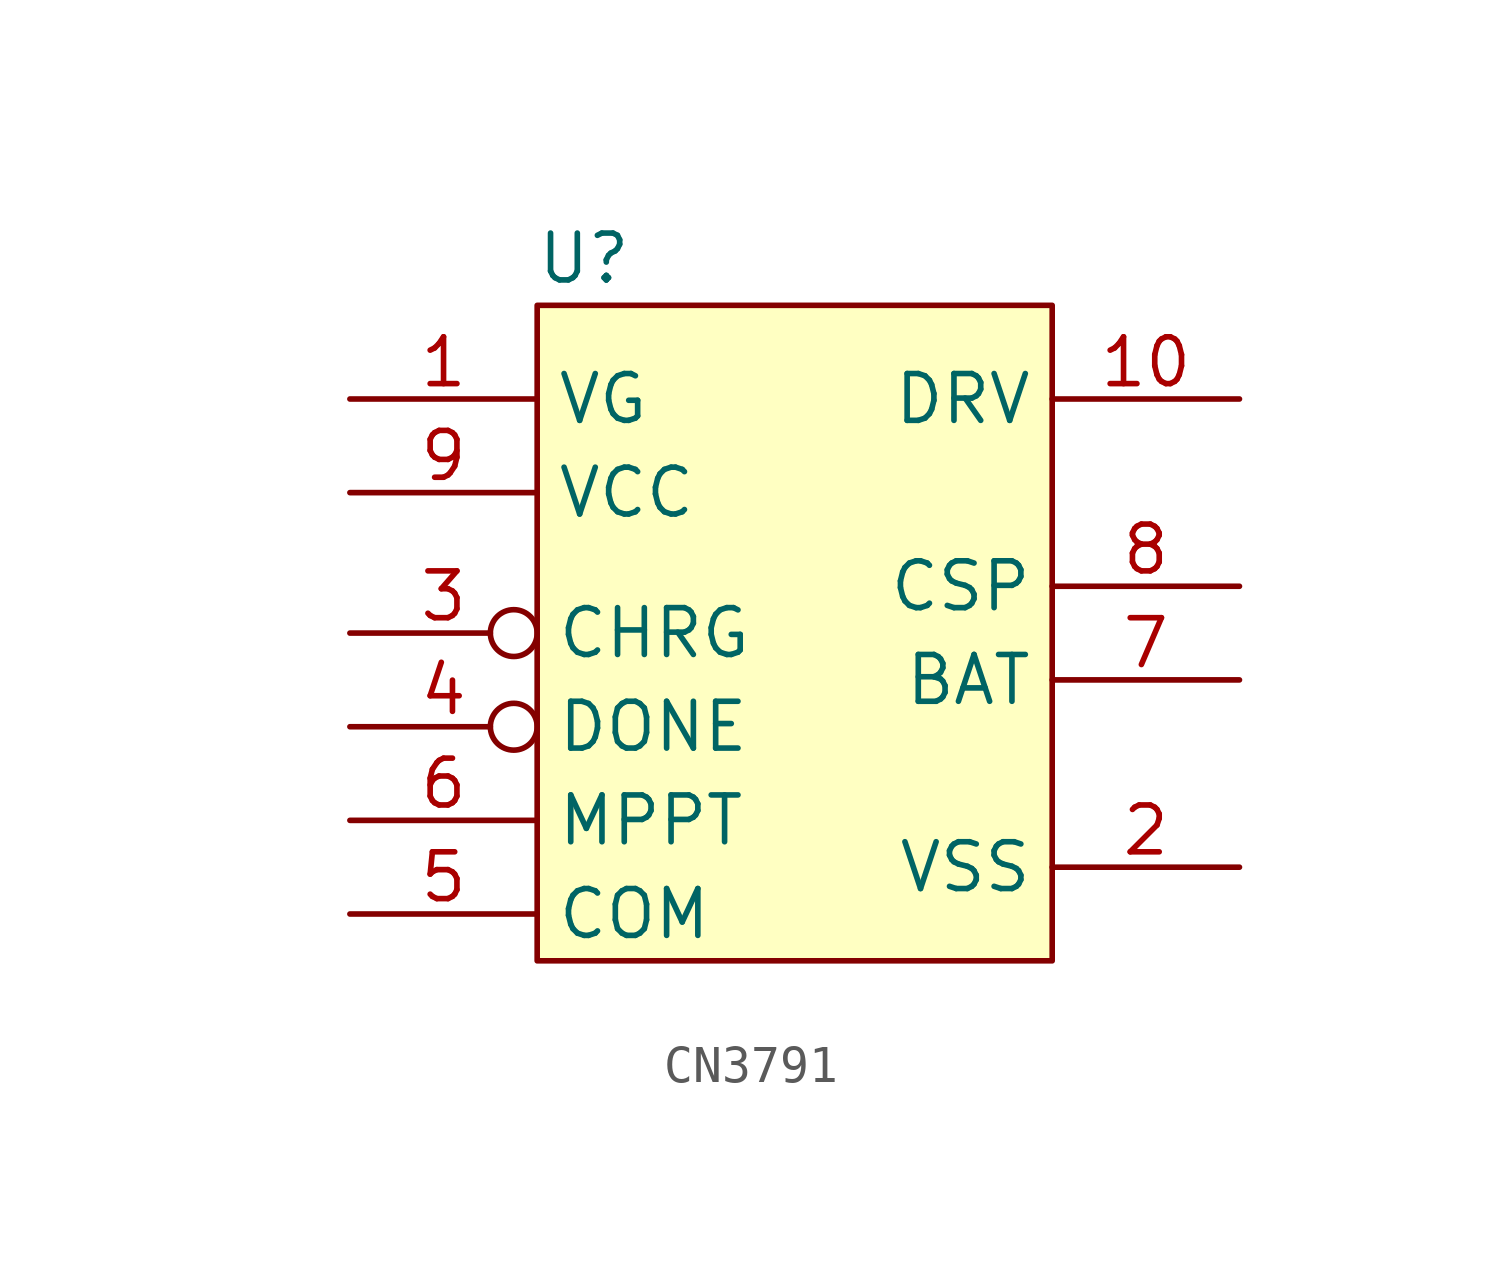
<source format=kicad_sym>
(kicad_symbol_lib
  (version 20231120)
  (generator "kicad_symbol_editor")
  (generator_version "8.0")
  (symbol "CN3791"
    (property "Reference" "U"
      (at 8.89 11.43 0)
      (effects (font (size 1.27 1.27))))
    (property "Value" ""
      (at 0 2.54 0)
      (effects (font (size 1.27 1.27))))
    (symbol "CN3791_1_1"
      (rectangle (start 7.62 10.16) (end 21.59 -7.62) (stroke (width 0) (type default)) (fill (type background)))
      (pin input line (at 2.54 7.62 0) (length 5.08) (name "VG" (effects (font (size 1.27 1.27)))) (number "1" (effects (font (size 1.27 1.27)))))
      (pin input line (at 26.67 7.62 180) (length 5.08) (name "DRV" (effects (font (size 1.27 1.27)))) (number "10" (effects (font (size 1.27 1.27)))))
      (pin input line (at 26.67 -5.08 180) (length 5.08) (name "VSS" (effects (font (size 1.27 1.27)))) (number "2" (effects (font (size 1.27 1.27)))))
      (pin input inverted (at 2.54 1.27 0) (length 5.08) (name "CHRG" (effects (font (size 1.27 1.27)))) (number "3" (effects (font (size 1.27 1.27)))))
      (pin input inverted (at 2.54 -1.27 0) (length 5.08) (name "DONE" (effects (font (size 1.27 1.27)))) (number "4" (effects (font (size 1.27 1.27)))))
      (pin input line (at 2.54 -6.35 0) (length 5.08) (name "COM" (effects (font (size 1.27 1.27)))) (number "5" (effects (font (size 1.27 1.27)))))
      (pin input line (at 2.54 -3.81 0) (length 5.08) (name "MPPT" (effects (font (size 1.27 1.27)))) (number "6" (effects (font (size 1.27 1.27)))))
      (pin input line (at 26.67 0 180) (length 5.08) (name "BAT" (effects (font (size 1.27 1.27)))) (number "7" (effects (font (size 1.27 1.27)))))
      (pin input line (at 26.67 2.54 180) (length 5.08) (name "CSP" (effects (font (size 1.27 1.27)))) (number "8" (effects (font (size 1.27 1.27)))))
      (pin input line (at 2.54 5.08 0) (length 5.08) (name "VCC" (effects (font (size 1.27 1.27)))) (number "9" (effects (font (size 1.27 1.27))))))))
</source>
